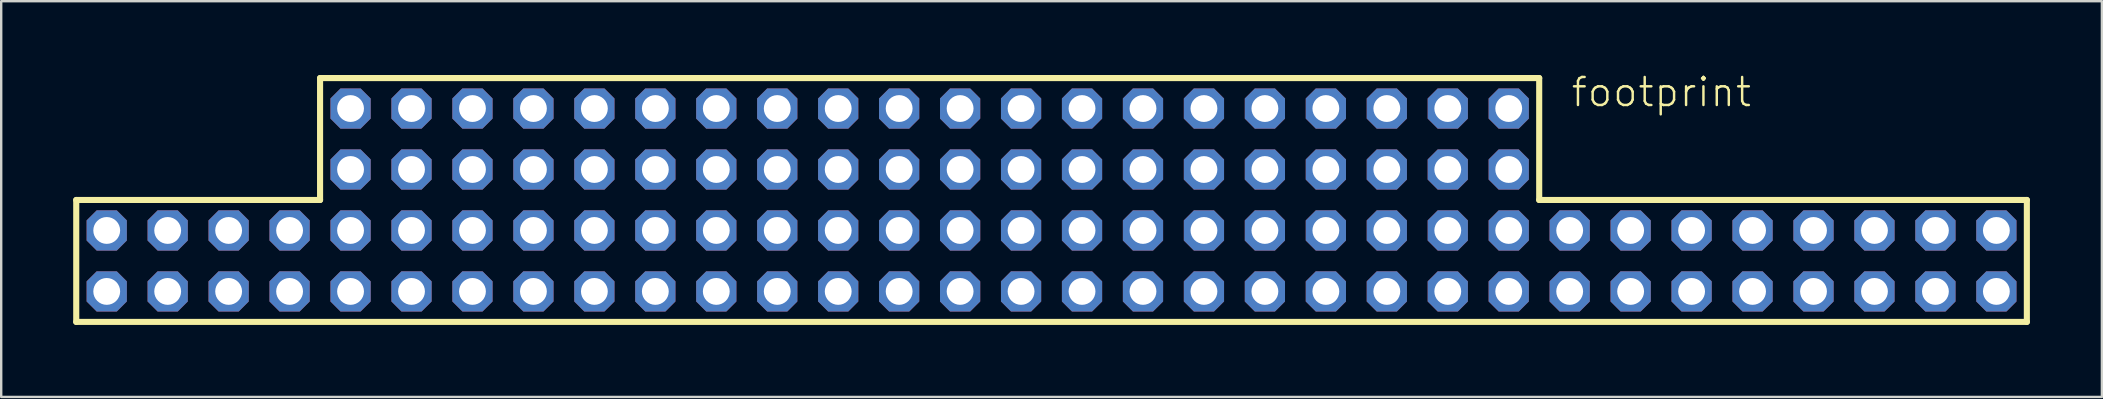
<source format=kicad_pcb>
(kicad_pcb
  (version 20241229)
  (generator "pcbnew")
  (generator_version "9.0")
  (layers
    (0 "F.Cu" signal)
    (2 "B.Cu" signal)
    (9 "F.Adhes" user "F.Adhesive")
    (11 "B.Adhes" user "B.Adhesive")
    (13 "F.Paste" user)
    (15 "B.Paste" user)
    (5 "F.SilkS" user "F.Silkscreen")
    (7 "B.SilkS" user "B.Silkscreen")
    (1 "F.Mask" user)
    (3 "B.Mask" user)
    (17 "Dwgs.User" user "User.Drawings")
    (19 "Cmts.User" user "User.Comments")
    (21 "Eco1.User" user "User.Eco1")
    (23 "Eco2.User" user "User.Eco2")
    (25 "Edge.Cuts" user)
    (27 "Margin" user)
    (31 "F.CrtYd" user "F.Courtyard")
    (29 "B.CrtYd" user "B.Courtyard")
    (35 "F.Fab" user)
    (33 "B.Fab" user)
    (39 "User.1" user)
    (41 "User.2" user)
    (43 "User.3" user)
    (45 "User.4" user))
  (footprint "footprint"
    (layer "F.Cu")
    (at 40.767 5.283)
    (property "Reference" "footprint" (at 21.59 -3.81 0) (layer "F.SilkS") (effects (font (size 1.168 1.168) (thickness 0.102)) (justify left bottom)))
    (fp_line (start -40.64 0) (end -30.48 0) (stroke (width 0.254) (type solid)) (layer "F.SilkS"))
    (fp_line (start -40.64 5.08) (end -40.64 0) (stroke (width 0.254) (type solid)) (layer "F.SilkS"))
    (fp_line (start -30.48 -5.08) (end 20.32 -5.08) (stroke (width 0.254) (type solid)) (layer "F.SilkS"))
    (fp_line (start -30.48 0) (end -30.48 -5.08) (stroke (width 0.254) (type solid)) (layer "F.SilkS"))
    (fp_line (start 20.32 -5.08) (end 20.32 0) (stroke (width 0.254) (type solid)) (layer "F.SilkS"))
    (fp_line (start 20.32 0) (end 40.64 0) (stroke (width 0.254) (type solid)) (layer "F.SilkS"))
    (fp_line (start 40.64 0) (end 40.64 5.08) (stroke (width 0.254) (type solid)) (layer "F.SilkS"))
    (fp_line (start 40.64 5.08) (end -40.64 5.08) (stroke (width 0.254) (type solid)) (layer "F.SilkS"))
    (pad "A1" thru_hole roundrect (at -39.37 1.27) (size 1.676 1.676) (drill 1.118) (layers "*.Cu" "*.Mask") (roundrect_rratio 0.25) (chamfer_ratio 0.25) (chamfer top_left top_right bottom_left bottom_right))
    (pad "A2" thru_hole roundrect (at -36.83 1.27) (size 1.676 1.676) (drill 1.118) (layers "*.Cu" "*.Mask") (roundrect_rratio 0.25) (chamfer_ratio 0.25) (chamfer top_left top_right bottom_left bottom_right))
    (pad "A3" thru_hole roundrect (at -34.29 1.27) (size 1.676 1.676) (drill 1.118) (layers "*.Cu" "*.Mask") (roundrect_rratio 0.25) (chamfer_ratio 0.25) (chamfer top_left top_right bottom_left bottom_right))
    (pad "A4" thru_hole roundrect (at -31.75 1.27) (size 1.676 1.676) (drill 1.118) (layers "*.Cu" "*.Mask") (roundrect_rratio 0.25) (chamfer_ratio 0.25) (chamfer top_left top_right bottom_left bottom_right))
    (pad "A5" thru_hole roundrect (at -29.21 1.27) (size 1.676 1.676) (drill 1.118) (layers "*.Cu" "*.Mask") (roundrect_rratio 0.25) (chamfer_ratio 0.25) (chamfer top_left top_right bottom_left bottom_right))
    (pad "A6" thru_hole roundrect (at -26.67 1.27) (size 1.676 1.676) (drill 1.118) (layers "*.Cu" "*.Mask") (roundrect_rratio 0.25) (chamfer_ratio 0.25) (chamfer top_left top_right bottom_left bottom_right))
    (pad "A7" thru_hole roundrect (at -24.13 1.27) (size 1.676 1.676) (drill 1.118) (layers "*.Cu" "*.Mask") (roundrect_rratio 0.25) (chamfer_ratio 0.25) (chamfer top_left top_right bottom_left bottom_right))
    (pad "A8" thru_hole roundrect (at -21.59 1.27) (size 1.676 1.676) (drill 1.118) (layers "*.Cu" "*.Mask") (roundrect_rratio 0.25) (chamfer_ratio 0.25) (chamfer top_left top_right bottom_left bottom_right))
    (pad "A9" thru_hole roundrect (at -19.05 1.27) (size 1.676 1.676) (drill 1.118) (layers "*.Cu" "*.Mask") (roundrect_rratio 0.25) (chamfer_ratio 0.25) (chamfer top_left top_right bottom_left bottom_right))
    (pad "A10" thru_hole roundrect (at -16.51 1.27) (size 1.676 1.676) (drill 1.118) (layers "*.Cu" "*.Mask") (roundrect_rratio 0.25) (chamfer_ratio 0.25) (chamfer top_left top_right bottom_left bottom_right))
    (pad "A11" thru_hole roundrect (at -13.97 1.27) (size 1.676 1.676) (drill 1.118) (layers "*.Cu" "*.Mask") (roundrect_rratio 0.25) (chamfer_ratio 0.25) (chamfer top_left top_right bottom_left bottom_right))
    (pad "A12" thru_hole roundrect (at -11.43 1.27) (size 1.676 1.676) (drill 1.118) (layers "*.Cu" "*.Mask") (roundrect_rratio 0.25) (chamfer_ratio 0.25) (chamfer top_left top_right bottom_left bottom_right))
    (pad "A13" thru_hole roundrect (at -8.89 1.27) (size 1.676 1.676) (drill 1.118) (layers "*.Cu" "*.Mask") (roundrect_rratio 0.25) (chamfer_ratio 0.25) (chamfer top_left top_right bottom_left bottom_right))
    (pad "A14" thru_hole roundrect (at -6.35 1.27) (size 1.676 1.676) (drill 1.118) (layers "*.Cu" "*.Mask") (roundrect_rratio 0.25) (chamfer_ratio 0.25) (chamfer top_left top_right bottom_left bottom_right))
    (pad "A15" thru_hole roundrect (at -3.81 1.27) (size 1.676 1.676) (drill 1.118) (layers "*.Cu" "*.Mask") (roundrect_rratio 0.25) (chamfer_ratio 0.25) (chamfer top_left top_right bottom_left bottom_right))
    (pad "A16" thru_hole roundrect (at -1.27 1.27) (size 1.676 1.676) (drill 1.118) (layers "*.Cu" "*.Mask") (roundrect_rratio 0.25) (chamfer_ratio 0.25) (chamfer top_left top_right bottom_left bottom_right))
    (pad "A17" thru_hole roundrect (at 1.27 1.27) (size 1.676 1.676) (drill 1.118) (layers "*.Cu" "*.Mask") (roundrect_rratio 0.25) (chamfer_ratio 0.25) (chamfer top_left top_right bottom_left bottom_right))
    (pad "A18" thru_hole roundrect (at 3.81 1.27) (size 1.676 1.676) (drill 1.118) (layers "*.Cu" "*.Mask") (roundrect_rratio 0.25) (chamfer_ratio 0.25) (chamfer top_left top_right bottom_left bottom_right))
    (pad "A19" thru_hole roundrect (at 6.35 1.27) (size 1.676 1.676) (drill 1.118) (layers "*.Cu" "*.Mask") (roundrect_rratio 0.25) (chamfer_ratio 0.25) (chamfer top_left top_right bottom_left bottom_right))
    (pad "A20" thru_hole roundrect (at 8.89 1.27) (size 1.676 1.676) (drill 1.118) (layers "*.Cu" "*.Mask") (roundrect_rratio 0.25) (chamfer_ratio 0.25) (chamfer top_left top_right bottom_left bottom_right))
    (pad "A21" thru_hole roundrect (at 11.43 1.27) (size 1.676 1.676) (drill 1.118) (layers "*.Cu" "*.Mask") (roundrect_rratio 0.25) (chamfer_ratio 0.25) (chamfer top_left top_right bottom_left bottom_right))
    (pad "A22" thru_hole roundrect (at 13.97 1.27) (size 1.676 1.676) (drill 1.118) (layers "*.Cu" "*.Mask") (roundrect_rratio 0.25) (chamfer_ratio 0.25) (chamfer top_left top_right bottom_left bottom_right))
    (pad "A23" thru_hole roundrect (at 16.51 1.27) (size 1.676 1.676) (drill 1.118) (layers "*.Cu" "*.Mask") (roundrect_rratio 0.25) (chamfer_ratio 0.25) (chamfer top_left top_right bottom_left bottom_right))
    (pad "A24" thru_hole roundrect (at 19.05 1.27) (size 1.676 1.676) (drill 1.118) (layers "*.Cu" "*.Mask") (roundrect_rratio 0.25) (chamfer_ratio 0.25) (chamfer top_left top_right bottom_left bottom_right))
    (pad "A25" thru_hole roundrect (at 21.59 1.27) (size 1.676 1.676) (drill 1.118) (layers "*.Cu" "*.Mask") (roundrect_rratio 0.25) (chamfer_ratio 0.25) (chamfer top_left top_right bottom_left bottom_right))
    (pad "A26" thru_hole roundrect (at 24.13 1.27) (size 1.676 1.676) (drill 1.118) (layers "*.Cu" "*.Mask") (roundrect_rratio 0.25) (chamfer_ratio 0.25) (chamfer top_left top_right bottom_left bottom_right))
    (pad "A27" thru_hole roundrect (at 26.67 1.27) (size 1.676 1.676) (drill 1.118) (layers "*.Cu" "*.Mask") (roundrect_rratio 0.25) (chamfer_ratio 0.25) (chamfer top_left top_right bottom_left bottom_right))
    (pad "A28" thru_hole roundrect (at 29.21 1.27) (size 1.676 1.676) (drill 1.118) (layers "*.Cu" "*.Mask") (roundrect_rratio 0.25) (chamfer_ratio 0.25) (chamfer top_left top_right bottom_left bottom_right))
    (pad "A29" thru_hole roundrect (at 31.75 1.27) (size 1.676 1.676) (drill 1.118) (layers "*.Cu" "*.Mask") (roundrect_rratio 0.25) (chamfer_ratio 0.25) (chamfer top_left top_right bottom_left bottom_right))
    (pad "A30" thru_hole roundrect (at 34.29 1.27) (size 1.676 1.676) (drill 1.118) (layers "*.Cu" "*.Mask") (roundrect_rratio 0.25) (chamfer_ratio 0.25) (chamfer top_left top_right bottom_left bottom_right))
    (pad "A31" thru_hole roundrect (at 36.83 1.27) (size 1.676 1.676) (drill 1.118) (layers "*.Cu" "*.Mask") (roundrect_rratio 0.25) (chamfer_ratio 0.25) (chamfer top_left top_right bottom_left bottom_right))
    (pad "A32" thru_hole roundrect (at 39.37 1.27) (size 1.676 1.676) (drill 1.118) (layers "*.Cu" "*.Mask") (roundrect_rratio 0.25) (chamfer_ratio 0.25) (chamfer top_left top_right bottom_left bottom_right))
    (pad "A33" thru_hole roundrect (at -29.21 -3.81) (size 1.676 1.676) (drill 1.118) (layers "*.Cu" "*.Mask") (roundrect_rratio 0.25) (chamfer_ratio 0.25) (chamfer top_left top_right bottom_left bottom_right))
    (pad "A34" thru_hole roundrect (at -26.67 -3.81) (size 1.676 1.676) (drill 1.118) (layers "*.Cu" "*.Mask") (roundrect_rratio 0.25) (chamfer_ratio 0.25) (chamfer top_left top_right bottom_left bottom_right))
    (pad "A35" thru_hole roundrect (at -24.13 -3.81) (size 1.676 1.676) (drill 1.118) (layers "*.Cu" "*.Mask") (roundrect_rratio 0.25) (chamfer_ratio 0.25) (chamfer top_left top_right bottom_left bottom_right))
    (pad "A36" thru_hole roundrect (at -21.59 -3.81) (size 1.676 1.676) (drill 1.118) (layers "*.Cu" "*.Mask") (roundrect_rratio 0.25) (chamfer_ratio 0.25) (chamfer top_left top_right bottom_left bottom_right))
    (pad "A37" thru_hole roundrect (at -19.05 -3.81) (size 1.676 1.676) (drill 1.118) (layers "*.Cu" "*.Mask") (roundrect_rratio 0.25) (chamfer_ratio 0.25) (chamfer top_left top_right bottom_left bottom_right))
    (pad "A38" thru_hole roundrect (at -16.51 -3.81) (size 1.676 1.676) (drill 1.118) (layers "*.Cu" "*.Mask") (roundrect_rratio 0.25) (chamfer_ratio 0.25) (chamfer top_left top_right bottom_left bottom_right))
    (pad "A39" thru_hole roundrect (at -13.97 -3.81) (size 1.676 1.676) (drill 1.118) (layers "*.Cu" "*.Mask") (roundrect_rratio 0.25) (chamfer_ratio 0.25) (chamfer top_left top_right bottom_left bottom_right))
    (pad "A40" thru_hole roundrect (at -11.43 -3.81) (size 1.676 1.676) (drill 1.118) (layers "*.Cu" "*.Mask") (roundrect_rratio 0.25) (chamfer_ratio 0.25) (chamfer top_left top_right bottom_left bottom_right))
    (pad "A41" thru_hole roundrect (at -8.89 -3.81) (size 1.676 1.676) (drill 1.118) (layers "*.Cu" "*.Mask") (roundrect_rratio 0.25) (chamfer_ratio 0.25) (chamfer top_left top_right bottom_left bottom_right))
    (pad "A42" thru_hole roundrect (at -6.35 -3.81) (size 1.676 1.676) (drill 1.118) (layers "*.Cu" "*.Mask") (roundrect_rratio 0.25) (chamfer_ratio 0.25) (chamfer top_left top_right bottom_left bottom_right))
    (pad "A43" thru_hole roundrect (at -3.81 -3.81) (size 1.676 1.676) (drill 1.118) (layers "*.Cu" "*.Mask") (roundrect_rratio 0.25) (chamfer_ratio 0.25) (chamfer top_left top_right bottom_left bottom_right))
    (pad "A44" thru_hole roundrect (at -1.27 -3.81) (size 1.676 1.676) (drill 1.118) (layers "*.Cu" "*.Mask") (roundrect_rratio 0.25) (chamfer_ratio 0.25) (chamfer top_left top_right bottom_left bottom_right))
    (pad "A45" thru_hole roundrect (at 1.27 -3.81) (size 1.676 1.676) (drill 1.118) (layers "*.Cu" "*.Mask") (roundrect_rratio 0.25) (chamfer_ratio 0.25) (chamfer top_left top_right bottom_left bottom_right))
    (pad "A46" thru_hole roundrect (at 3.81 -3.81) (size 1.676 1.676) (drill 1.118) (layers "*.Cu" "*.Mask") (roundrect_rratio 0.25) (chamfer_ratio 0.25) (chamfer top_left top_right bottom_left bottom_right))
    (pad "A47" thru_hole roundrect (at 6.35 -3.81) (size 1.676 1.676) (drill 1.118) (layers "*.Cu" "*.Mask") (roundrect_rratio 0.25) (chamfer_ratio 0.25) (chamfer top_left top_right bottom_left bottom_right))
    (pad "A48" thru_hole roundrect (at 8.89 -3.81) (size 1.676 1.676) (drill 1.118) (layers "*.Cu" "*.Mask") (roundrect_rratio 0.25) (chamfer_ratio 0.25) (chamfer top_left top_right bottom_left bottom_right))
    (pad "A49" thru_hole roundrect (at 11.43 -3.81) (size 1.676 1.676) (drill 1.118) (layers "*.Cu" "*.Mask") (roundrect_rratio 0.25) (chamfer_ratio 0.25) (chamfer top_left top_right bottom_left bottom_right))
    (pad "A50" thru_hole roundrect (at 13.97 -3.81) (size 1.676 1.676) (drill 1.118) (layers "*.Cu" "*.Mask") (roundrect_rratio 0.25) (chamfer_ratio 0.25) (chamfer top_left top_right bottom_left bottom_right))
    (pad "A51" thru_hole roundrect (at 16.51 -3.81) (size 1.676 1.676) (drill 1.118) (layers "*.Cu" "*.Mask") (roundrect_rratio 0.25) (chamfer_ratio 0.25) (chamfer top_left top_right bottom_left bottom_right))
    (pad "A52" thru_hole roundrect (at 19.05 -3.81) (size 1.676 1.676) (drill 1.118) (layers "*.Cu" "*.Mask") (roundrect_rratio 0.25) (chamfer_ratio 0.25) (chamfer top_left top_right bottom_left bottom_right))
    (pad "B1" thru_hole roundrect (at -39.37 3.81) (size 1.676 1.676) (drill 1.118) (layers "*.Cu" "*.Mask") (roundrect_rratio 0.25) (chamfer_ratio 0.25) (chamfer top_left top_right bottom_left bottom_right))
    (pad "B2" thru_hole roundrect (at -36.83 3.81) (size 1.676 1.676) (drill 1.118) (layers "*.Cu" "*.Mask") (roundrect_rratio 0.25) (chamfer_ratio 0.25) (chamfer top_left top_right bottom_left bottom_right))
    (pad "B3" thru_hole roundrect (at -34.29 3.81) (size 1.676 1.676) (drill 1.118) (layers "*.Cu" "*.Mask") (roundrect_rratio 0.25) (chamfer_ratio 0.25) (chamfer top_left top_right bottom_left bottom_right))
    (pad "B4" thru_hole roundrect (at -31.75 3.81) (size 1.676 1.676) (drill 1.118) (layers "*.Cu" "*.Mask") (roundrect_rratio 0.25) (chamfer_ratio 0.25) (chamfer top_left top_right bottom_left bottom_right))
    (pad "B5" thru_hole roundrect (at -29.21 3.81) (size 1.676 1.676) (drill 1.118) (layers "*.Cu" "*.Mask") (roundrect_rratio 0.25) (chamfer_ratio 0.25) (chamfer top_left top_right bottom_left bottom_right))
    (pad "B6" thru_hole roundrect (at -26.67 3.81) (size 1.676 1.676) (drill 1.118) (layers "*.Cu" "*.Mask") (roundrect_rratio 0.25) (chamfer_ratio 0.25) (chamfer top_left top_right bottom_left bottom_right))
    (pad "B7" thru_hole roundrect (at -24.13 3.81) (size 1.676 1.676) (drill 1.118) (layers "*.Cu" "*.Mask") (roundrect_rratio 0.25) (chamfer_ratio 0.25) (chamfer top_left top_right bottom_left bottom_right))
    (pad "B8" thru_hole roundrect (at -21.59 3.81) (size 1.676 1.676) (drill 1.118) (layers "*.Cu" "*.Mask") (roundrect_rratio 0.25) (chamfer_ratio 0.25) (chamfer top_left top_right bottom_left bottom_right))
    (pad "B9" thru_hole roundrect (at -19.05 3.81) (size 1.676 1.676) (drill 1.118) (layers "*.Cu" "*.Mask") (roundrect_rratio 0.25) (chamfer_ratio 0.25) (chamfer top_left top_right bottom_left bottom_right))
    (pad "B10" thru_hole roundrect (at -16.51 3.81) (size 1.676 1.676) (drill 1.118) (layers "*.Cu" "*.Mask") (roundrect_rratio 0.25) (chamfer_ratio 0.25) (chamfer top_left top_right bottom_left bottom_right))
    (pad "B11" thru_hole roundrect (at -13.97 3.81) (size 1.676 1.676) (drill 1.118) (layers "*.Cu" "*.Mask") (roundrect_rratio 0.25) (chamfer_ratio 0.25) (chamfer top_left top_right bottom_left bottom_right))
    (pad "B12" thru_hole roundrect (at -11.43 3.81) (size 1.676 1.676) (drill 1.118) (layers "*.Cu" "*.Mask") (roundrect_rratio 0.25) (chamfer_ratio 0.25) (chamfer top_left top_right bottom_left bottom_right))
    (pad "B13" thru_hole roundrect (at -8.89 3.81) (size 1.676 1.676) (drill 1.118) (layers "*.Cu" "*.Mask") (roundrect_rratio 0.25) (chamfer_ratio 0.25) (chamfer top_left top_right bottom_left bottom_right))
    (pad "B14" thru_hole roundrect (at -6.35 3.81) (size 1.676 1.676) (drill 1.118) (layers "*.Cu" "*.Mask") (roundrect_rratio 0.25) (chamfer_ratio 0.25) (chamfer top_left top_right bottom_left bottom_right))
    (pad "B15" thru_hole roundrect (at -3.81 3.81) (size 1.676 1.676) (drill 1.118) (layers "*.Cu" "*.Mask") (roundrect_rratio 0.25) (chamfer_ratio 0.25) (chamfer top_left top_right bottom_left bottom_right))
    (pad "B16" thru_hole roundrect (at -1.27 3.81) (size 1.676 1.676) (drill 1.118) (layers "*.Cu" "*.Mask") (roundrect_rratio 0.25) (chamfer_ratio 0.25) (chamfer top_left top_right bottom_left bottom_right))
    (pad "B17" thru_hole roundrect (at 1.27 3.81) (size 1.676 1.676) (drill 1.118) (layers "*.Cu" "*.Mask") (roundrect_rratio 0.25) (chamfer_ratio 0.25) (chamfer top_left top_right bottom_left bottom_right))
    (pad "B18" thru_hole roundrect (at 3.81 3.81) (size 1.676 1.676) (drill 1.118) (layers "*.Cu" "*.Mask") (roundrect_rratio 0.25) (chamfer_ratio 0.25) (chamfer top_left top_right bottom_left bottom_right))
    (pad "B19" thru_hole roundrect (at 6.35 3.81) (size 1.676 1.676) (drill 1.118) (layers "*.Cu" "*.Mask") (roundrect_rratio 0.25) (chamfer_ratio 0.25) (chamfer top_left top_right bottom_left bottom_right))
    (pad "B20" thru_hole roundrect (at 8.89 3.81) (size 1.676 1.676) (drill 1.118) (layers "*.Cu" "*.Mask") (roundrect_rratio 0.25) (chamfer_ratio 0.25) (chamfer top_left top_right bottom_left bottom_right))
    (pad "B21" thru_hole roundrect (at 11.43 3.81) (size 1.676 1.676) (drill 1.118) (layers "*.Cu" "*.Mask") (roundrect_rratio 0.25) (chamfer_ratio 0.25) (chamfer top_left top_right bottom_left bottom_right))
    (pad "B22" thru_hole roundrect (at 13.97 3.81) (size 1.676 1.676) (drill 1.118) (layers "*.Cu" "*.Mask") (roundrect_rratio 0.25) (chamfer_ratio 0.25) (chamfer top_left top_right bottom_left bottom_right))
    (pad "B23" thru_hole roundrect (at 16.51 3.81) (size 1.676 1.676) (drill 1.118) (layers "*.Cu" "*.Mask") (roundrect_rratio 0.25) (chamfer_ratio 0.25) (chamfer top_left top_right bottom_left bottom_right))
    (pad "B24" thru_hole roundrect (at 19.05 3.81) (size 1.676 1.676) (drill 1.118) (layers "*.Cu" "*.Mask") (roundrect_rratio 0.25) (chamfer_ratio 0.25) (chamfer top_left top_right bottom_left bottom_right))
    (pad "B25" thru_hole roundrect (at 21.59 3.81) (size 1.676 1.676) (drill 1.118) (layers "*.Cu" "*.Mask") (roundrect_rratio 0.25) (chamfer_ratio 0.25) (chamfer top_left top_right bottom_left bottom_right))
    (pad "B26" thru_hole roundrect (at 24.13 3.81) (size 1.676 1.676) (drill 1.118) (layers "*.Cu" "*.Mask") (roundrect_rratio 0.25) (chamfer_ratio 0.25) (chamfer top_left top_right bottom_left bottom_right))
    (pad "B27" thru_hole roundrect (at 26.67 3.81) (size 1.676 1.676) (drill 1.118) (layers "*.Cu" "*.Mask") (roundrect_rratio 0.25) (chamfer_ratio 0.25) (chamfer top_left top_right bottom_left bottom_right))
    (pad "B28" thru_hole roundrect (at 29.21 3.81) (size 1.676 1.676) (drill 1.118) (layers "*.Cu" "*.Mask") (roundrect_rratio 0.25) (chamfer_ratio 0.25) (chamfer top_left top_right bottom_left bottom_right))
    (pad "B29" thru_hole roundrect (at 31.75 3.81) (size 1.676 1.676) (drill 1.118) (layers "*.Cu" "*.Mask") (roundrect_rratio 0.25) (chamfer_ratio 0.25) (chamfer top_left top_right bottom_left bottom_right))
    (pad "B30" thru_hole roundrect (at 34.29 3.81) (size 1.676 1.676) (drill 1.118) (layers "*.Cu" "*.Mask") (roundrect_rratio 0.25) (chamfer_ratio 0.25) (chamfer top_left top_right bottom_left bottom_right))
    (pad "B31" thru_hole roundrect (at 36.83 3.81) (size 1.676 1.676) (drill 1.118) (layers "*.Cu" "*.Mask") (roundrect_rratio 0.25) (chamfer_ratio 0.25) (chamfer top_left top_right bottom_left bottom_right))
    (pad "B32" thru_hole roundrect (at 39.37 3.81) (size 1.676 1.676) (drill 1.118) (layers "*.Cu" "*.Mask") (roundrect_rratio 0.25) (chamfer_ratio 0.25) (chamfer top_left top_right bottom_left bottom_right))
    (pad "B33" thru_hole roundrect (at -29.21 -1.27) (size 1.676 1.676) (drill 1.118) (layers "*.Cu" "*.Mask") (roundrect_rratio 0.25) (chamfer_ratio 0.25) (chamfer top_left top_right bottom_left bottom_right))
    (pad "B34" thru_hole roundrect (at -26.67 -1.27) (size 1.676 1.676) (drill 1.118) (layers "*.Cu" "*.Mask") (roundrect_rratio 0.25) (chamfer_ratio 0.25) (chamfer top_left top_right bottom_left bottom_right))
    (pad "B35" thru_hole roundrect (at -24.13 -1.27) (size 1.676 1.676) (drill 1.118) (layers "*.Cu" "*.Mask") (roundrect_rratio 0.25) (chamfer_ratio 0.25) (chamfer top_left top_right bottom_left bottom_right))
    (pad "B36" thru_hole roundrect (at -21.59 -1.27) (size 1.676 1.676) (drill 1.118) (layers "*.Cu" "*.Mask") (roundrect_rratio 0.25) (chamfer_ratio 0.25) (chamfer top_left top_right bottom_left bottom_right))
    (pad "B37" thru_hole roundrect (at -19.05 -1.27) (size 1.676 1.676) (drill 1.118) (layers "*.Cu" "*.Mask") (roundrect_rratio 0.25) (chamfer_ratio 0.25) (chamfer top_left top_right bottom_left bottom_right))
    (pad "B38" thru_hole roundrect (at -16.51 -1.27) (size 1.676 1.676) (drill 1.118) (layers "*.Cu" "*.Mask") (roundrect_rratio 0.25) (chamfer_ratio 0.25) (chamfer top_left top_right bottom_left bottom_right))
    (pad "B39" thru_hole roundrect (at -13.97 -1.27) (size 1.676 1.676) (drill 1.118) (layers "*.Cu" "*.Mask") (roundrect_rratio 0.25) (chamfer_ratio 0.25) (chamfer top_left top_right bottom_left bottom_right))
    (pad "B40" thru_hole roundrect (at -11.43 -1.27) (size 1.676 1.676) (drill 1.118) (layers "*.Cu" "*.Mask") (roundrect_rratio 0.25) (chamfer_ratio 0.25) (chamfer top_left top_right bottom_left bottom_right))
    (pad "B41" thru_hole roundrect (at -8.89 -1.27) (size 1.676 1.676) (drill 1.118) (layers "*.Cu" "*.Mask") (roundrect_rratio 0.25) (chamfer_ratio 0.25) (chamfer top_left top_right bottom_left bottom_right))
    (pad "B42" thru_hole roundrect (at -6.35 -1.27) (size 1.676 1.676) (drill 1.118) (layers "*.Cu" "*.Mask") (roundrect_rratio 0.25) (chamfer_ratio 0.25) (chamfer top_left top_right bottom_left bottom_right))
    (pad "B43" thru_hole roundrect (at -3.81 -1.27) (size 1.676 1.676) (drill 1.118) (layers "*.Cu" "*.Mask") (roundrect_rratio 0.25) (chamfer_ratio 0.25) (chamfer top_left top_right bottom_left bottom_right))
    (pad "B44" thru_hole roundrect (at -1.27 -1.27) (size 1.676 1.676) (drill 1.118) (layers "*.Cu" "*.Mask") (roundrect_rratio 0.25) (chamfer_ratio 0.25) (chamfer top_left top_right bottom_left bottom_right))
    (pad "B45" thru_hole roundrect (at 1.27 -1.27) (size 1.676 1.676) (drill 1.118) (layers "*.Cu" "*.Mask") (roundrect_rratio 0.25) (chamfer_ratio 0.25) (chamfer top_left top_right bottom_left bottom_right))
    (pad "B46" thru_hole roundrect (at 3.81 -1.27) (size 1.676 1.676) (drill 1.118) (layers "*.Cu" "*.Mask") (roundrect_rratio 0.25) (chamfer_ratio 0.25) (chamfer top_left top_right bottom_left bottom_right))
    (pad "B47" thru_hole roundrect (at 6.35 -1.27) (size 1.676 1.676) (drill 1.118) (layers "*.Cu" "*.Mask") (roundrect_rratio 0.25) (chamfer_ratio 0.25) (chamfer top_left top_right bottom_left bottom_right))
    (pad "B48" thru_hole roundrect (at 8.89 -1.27) (size 1.676 1.676) (drill 1.118) (layers "*.Cu" "*.Mask") (roundrect_rratio 0.25) (chamfer_ratio 0.25) (chamfer top_left top_right bottom_left bottom_right))
    (pad "B49" thru_hole roundrect (at 11.43 -1.27) (size 1.676 1.676) (drill 1.118) (layers "*.Cu" "*.Mask") (roundrect_rratio 0.25) (chamfer_ratio 0.25) (chamfer top_left top_right bottom_left bottom_right))
    (pad "B50" thru_hole roundrect (at 13.97 -1.27) (size 1.676 1.676) (drill 1.118) (layers "*.Cu" "*.Mask") (roundrect_rratio 0.25) (chamfer_ratio 0.25) (chamfer top_left top_right bottom_left bottom_right))
    (pad "B51" thru_hole roundrect (at 16.51 -1.27) (size 1.676 1.676) (drill 1.118) (layers "*.Cu" "*.Mask") (roundrect_rratio 0.25) (chamfer_ratio 0.25) (chamfer top_left top_right bottom_left bottom_right))
    (pad "B52" thru_hole roundrect (at 19.05 -1.27) (size 1.676 1.676) (drill 1.118) (layers "*.Cu" "*.Mask") (roundrect_rratio 0.25) (chamfer_ratio 0.25) (chamfer top_left top_right bottom_left bottom_right)))
  (gr_rect
    (start -3 -3)
    (end 84.534 13.49)
    (stroke (width 0.1) (type default))
    (fill no)
    (layer "Edge.Cuts")))
</source>
